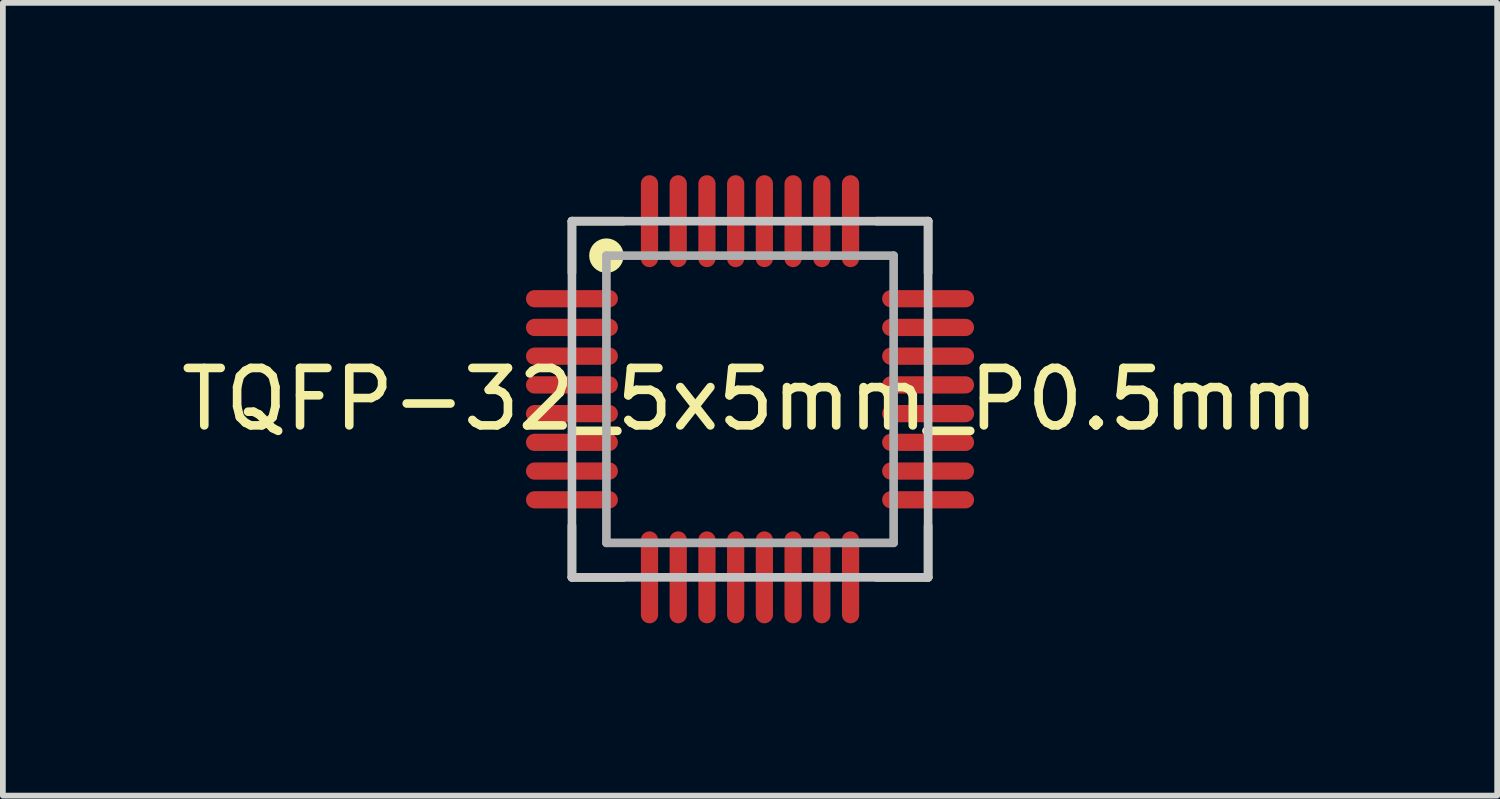
<source format=kicad_pcb>
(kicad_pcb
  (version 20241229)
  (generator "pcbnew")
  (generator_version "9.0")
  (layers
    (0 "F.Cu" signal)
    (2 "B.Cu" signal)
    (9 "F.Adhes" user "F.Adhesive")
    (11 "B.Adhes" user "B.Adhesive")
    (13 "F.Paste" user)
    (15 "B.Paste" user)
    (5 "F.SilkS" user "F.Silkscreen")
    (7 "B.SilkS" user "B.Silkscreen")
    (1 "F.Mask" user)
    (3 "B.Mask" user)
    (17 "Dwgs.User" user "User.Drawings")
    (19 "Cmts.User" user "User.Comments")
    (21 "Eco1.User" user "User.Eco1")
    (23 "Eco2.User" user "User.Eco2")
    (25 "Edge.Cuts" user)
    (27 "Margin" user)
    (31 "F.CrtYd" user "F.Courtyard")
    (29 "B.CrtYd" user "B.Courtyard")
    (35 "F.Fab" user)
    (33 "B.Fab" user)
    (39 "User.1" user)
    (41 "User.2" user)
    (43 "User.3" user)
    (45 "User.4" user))
  (footprint "TQFP-32_5x5mm_P0.5mm"
    (layer "F.Cu")
    (at 10.006 3.9)
    (property "Reference" "TQFP-32_5x5mm_P0.5mm" (at 0 0 0) (layer "F.SilkS") (effects (font (size 1 1) (thickness 0.15))))
    (attr through_hole)
    (fp_line (start -3.1 -3.1) (end -3.1 -2.2) (stroke (width 0.15) (type solid)) (layer "F.SilkS"))
    (fp_line (start -3.1 -3.1) (end -2.2 -3.1) (stroke (width 0.15) (type solid)) (layer "F.SilkS"))
    (fp_line (start -3.1 3.1) (end -3.1 2.2) (stroke (width 0.15) (type solid)) (layer "F.SilkS"))
    (fp_line (start -3.1 3.1) (end -2.2 3.1) (stroke (width 0.15) (type solid)) (layer "F.SilkS"))
    (fp_line (start 3.1 -3.1) (end 2.2 -3.1) (stroke (width 0.15) (type solid)) (layer "F.SilkS"))
    (fp_line (start 3.1 -3.1) (end 3.1 -2.2) (stroke (width 0.15) (type solid)) (layer "F.SilkS"))
    (fp_line (start 3.1 3.1) (end 2.2 3.1) (stroke (width 0.15) (type solid)) (layer "F.SilkS"))
    (fp_line (start 3.1 3.1) (end 3.1 2.2) (stroke (width 0.15) (type solid)) (layer "F.SilkS"))
    (fp_circle (center -2.5 -2.5) (end -2.35 -2.5) (stroke (width 0.3) (type solid)) (fill no) (layer "F.SilkS"))
    (fp_line (start -3.1 -3.1) (end -3.1 3.1) (stroke (width 0.15) (type solid)) (layer "Dwgs.User"))
    (fp_line (start -3.1 -3.1) (end 3.1 -3.1) (stroke (width 0.15) (type solid)) (layer "Dwgs.User"))
    (fp_line (start -3.1 3.1) (end 3.1 3.1) (stroke (width 0.15) (type solid)) (layer "Dwgs.User"))
    (fp_line (start 3.1 -3.1) (end 3.1 3.1) (stroke (width 0.15) (type solid)) (layer "Dwgs.User"))
    (fp_line (start -2.5 -2.5) (end -2.5 2.5) (stroke (width 0.15) (type solid)) (layer "F.Fab"))
    (fp_line (start -2.5 -2.5) (end 2.5 -2.5) (stroke (width 0.15) (type solid)) (layer "F.Fab"))
    (fp_line (start -2.5 2.5) (end 2.5 2.5) (stroke (width 0.15) (type solid)) (layer "F.Fab"))
    (fp_line (start 2.5 -2.5) (end 2.5 2.5) (stroke (width 0.15) (type solid)) (layer "F.Fab"))
    (pad "1" smd oval (at -3.1 -1.75) (size 1.6 0.3) (layers "F.Cu" "F.Mask" "F.Paste"))
    (pad "2" smd oval (at -3.1 -1.25) (size 1.6 0.3) (layers "F.Cu" "F.Mask" "F.Paste"))
    (pad "3" smd oval (at -3.1 -0.75) (size 1.6 0.3) (layers "F.Cu" "F.Mask" "F.Paste"))
    (pad "4" smd oval (at -3.1 -0.25) (size 1.6 0.3) (layers "F.Cu" "F.Mask" "F.Paste"))
    (pad "5" smd oval (at -3.1 0.25) (size 1.6 0.3) (layers "F.Cu" "F.Mask" "F.Paste"))
    (pad "6" smd oval (at -3.1 0.75) (size 1.6 0.3) (layers "F.Cu" "F.Mask" "F.Paste"))
    (pad "7" smd oval (at -3.1 1.25) (size 1.6 0.3) (layers "F.Cu" "F.Mask" "F.Paste"))
    (pad "8" smd oval (at -3.1 1.75) (size 1.6 0.3) (layers "F.Cu" "F.Mask" "F.Paste"))
    (pad "9" smd oval (at -1.75 3.1 90) (size 1.6 0.3) (layers "F.Cu" "F.Mask" "F.Paste"))
    (pad "10" smd oval (at -1.25 3.1 90) (size 1.6 0.3) (layers "F.Cu" "F.Mask" "F.Paste"))
    (pad "11" smd oval (at -0.75 3.1 90) (size 1.6 0.3) (layers "F.Cu" "F.Mask" "F.Paste"))
    (pad "12" smd oval (at -0.25 3.1 90) (size 1.6 0.3) (layers "F.Cu" "F.Mask" "F.Paste"))
    (pad "13" smd oval (at 0.25 3.1 90) (size 1.6 0.3) (layers "F.Cu" "F.Mask" "F.Paste"))
    (pad "14" smd oval (at 0.75 3.1 90) (size 1.6 0.3) (layers "F.Cu" "F.Mask" "F.Paste"))
    (pad "15" smd oval (at 1.25 3.1 90) (size 1.6 0.3) (layers "F.Cu" "F.Mask" "F.Paste"))
    (pad "16" smd oval (at 1.75 3.1 90) (size 1.6 0.3) (layers "F.Cu" "F.Mask" "F.Paste"))
    (pad "17" smd oval (at 3.1 1.75) (size 1.6 0.3) (layers "F.Cu" "F.Mask" "F.Paste"))
    (pad "18" smd oval (at 3.1 1.25) (size 1.6 0.3) (layers "F.Cu" "F.Mask" "F.Paste"))
    (pad "19" smd oval (at 3.1 0.75) (size 1.6 0.3) (layers "F.Cu" "F.Mask" "F.Paste"))
    (pad "20" smd oval (at 3.1 0.25) (size 1.6 0.3) (layers "F.Cu" "F.Mask" "F.Paste"))
    (pad "21" smd oval (at 3.1 -0.25) (size 1.6 0.3) (layers "F.Cu" "F.Mask" "F.Paste"))
    (pad "22" smd oval (at 3.1 -0.75) (size 1.6 0.3) (layers "F.Cu" "F.Mask" "F.Paste"))
    (pad "23" smd oval (at 3.1 -1.25) (size 1.6 0.3) (layers "F.Cu" "F.Mask" "F.Paste"))
    (pad "24" smd oval (at 3.1 -1.75) (size 1.6 0.3) (layers "F.Cu" "F.Mask" "F.Paste"))
    (pad "25" smd oval (at 1.75 -3.1 90) (size 1.6 0.3) (layers "F.Cu" "F.Mask" "F.Paste"))
    (pad "26" smd oval (at 1.25 -3.1 90) (size 1.6 0.3) (layers "F.Cu" "F.Mask" "F.Paste"))
    (pad "27" smd oval (at 0.75 -3.1 90) (size 1.6 0.3) (layers "F.Cu" "F.Mask" "F.Paste"))
    (pad "28" smd oval (at 0.25 -3.1 90) (size 1.6 0.3) (layers "F.Cu" "F.Mask" "F.Paste"))
    (pad "29" smd oval (at -0.25 -3.1 90) (size 1.6 0.3) (layers "F.Cu" "F.Mask" "F.Paste"))
    (pad "30" smd oval (at -0.75 -3.1 90) (size 1.6 0.3) (layers "F.Cu" "F.Mask" "F.Paste"))
    (pad "31" smd oval (at -1.25 -3.1 90) (size 1.6 0.3) (layers "F.Cu" "F.Mask" "F.Paste"))
    (pad "32" smd oval (at -1.75 -3.1 90) (size 1.6 0.3) (layers "F.Cu" "F.Mask" "F.Paste")))
  (gr_rect
    (start -3 -3)
    (end 23.012 10.8)
    (stroke (width 0.1) (type default))
    (fill no)
    (layer "Edge.Cuts")))
</source>
